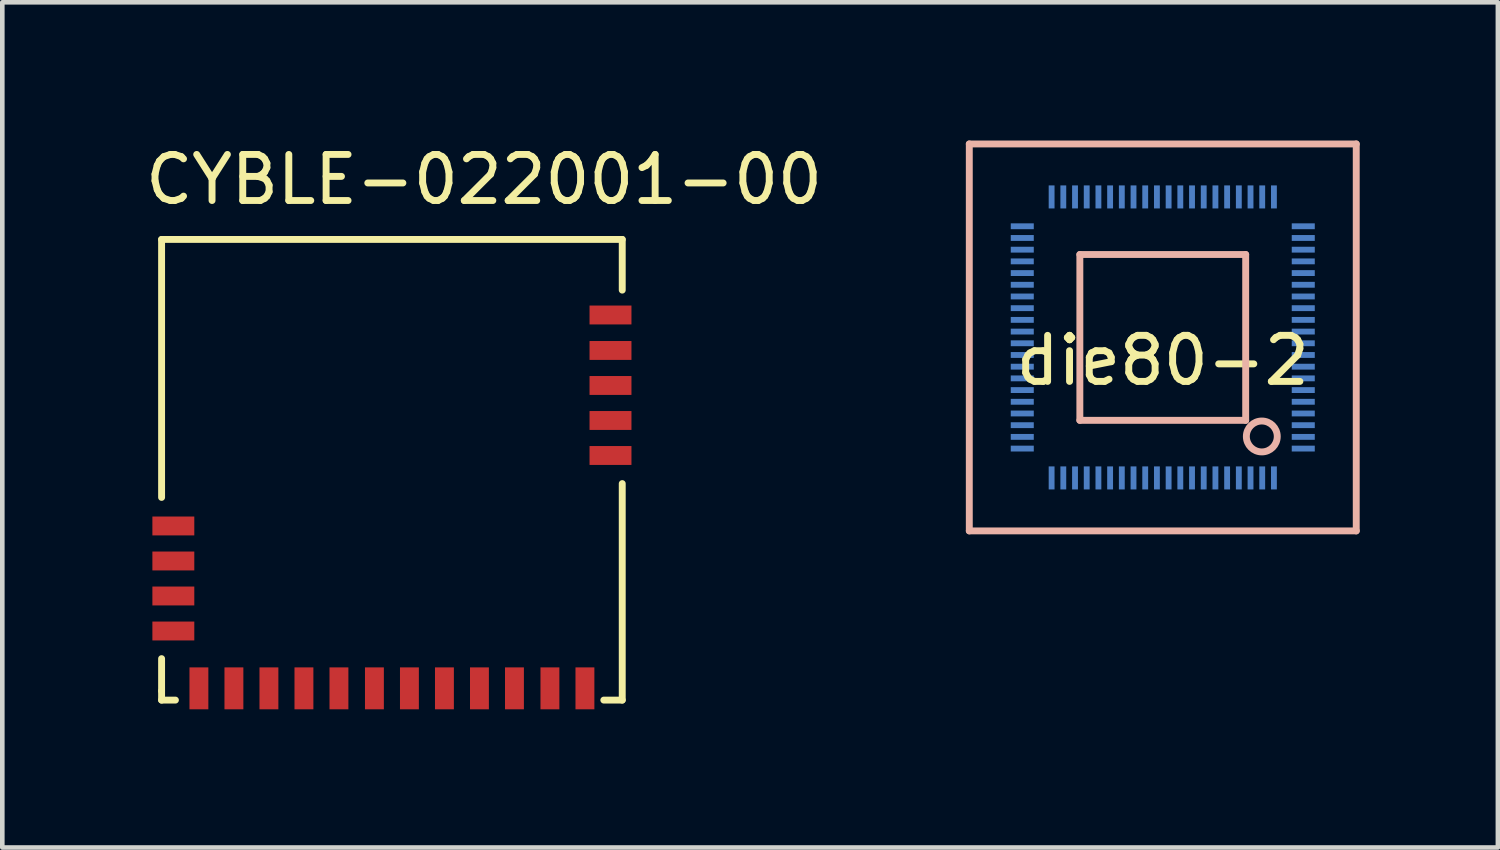
<source format=kicad_pcb>
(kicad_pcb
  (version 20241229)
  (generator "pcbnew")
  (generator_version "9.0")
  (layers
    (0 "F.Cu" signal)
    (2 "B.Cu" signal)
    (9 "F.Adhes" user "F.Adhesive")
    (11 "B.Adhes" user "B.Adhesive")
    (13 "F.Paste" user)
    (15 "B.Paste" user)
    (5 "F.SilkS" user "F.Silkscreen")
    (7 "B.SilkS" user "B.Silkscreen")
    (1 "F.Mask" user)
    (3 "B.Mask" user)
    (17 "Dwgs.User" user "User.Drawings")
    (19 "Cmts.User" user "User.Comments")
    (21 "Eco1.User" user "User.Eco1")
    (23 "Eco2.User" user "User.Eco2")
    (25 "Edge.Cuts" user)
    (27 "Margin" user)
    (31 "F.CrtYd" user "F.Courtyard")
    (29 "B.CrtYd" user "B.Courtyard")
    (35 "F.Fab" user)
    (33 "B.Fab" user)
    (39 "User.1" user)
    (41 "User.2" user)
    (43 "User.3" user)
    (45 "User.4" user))
  (footprint "CYBLE-022001-00"
    (layer "F.Cu")
    (at 10.458 2.148)
    (property "Reference" "CYBLE-022001-00" (at -3 -1.3 0) (layer "F.SilkS") (effects (font (size 1 1) (thickness 0.15))))
    (attr through_hole)
    (fp_line (start -10 0) (end -10 5.6) (stroke (width 0.15) (type solid)) (layer "F.SilkS"))
    (fp_line (start -10 9.1) (end -10 9.8) (stroke (width 0.15) (type solid)) (layer "F.SilkS"))
    (fp_line (start -10 9.8) (end -10 10) (stroke (width 0.15) (type solid)) (layer "F.SilkS"))
    (fp_line (start -10 10) (end -9.7 10) (stroke (width 0.15) (type solid)) (layer "F.SilkS"))
    (fp_line (start 0 0) (end -10 0) (stroke (width 0.15) (type solid)) (layer "F.SilkS"))
    (fp_line (start 0 0) (end 0 1.1) (stroke (width 0.15) (type solid)) (layer "F.SilkS"))
    (fp_line (start 0 5.3) (end 0 10) (stroke (width 0.15) (type solid)) (layer "F.SilkS"))
    (fp_line (start 0 10) (end -0.4 10) (stroke (width 0.15) (type solid)) (layer "F.SilkS"))
    (pad "1" smd rect (at -0.255 1.64) (size 0.91 0.41) (layers "F.Cu" "F.Mask" "F.Paste"))
    (pad "2" smd rect (at -0.255 2.41) (size 0.91 0.41) (layers "F.Cu" "F.Mask" "F.Paste"))
    (pad "3" smd rect (at -0.255 3.17) (size 0.91 0.41) (layers "F.Cu" "F.Mask" "F.Paste"))
    (pad "4" smd rect (at -0.255 3.93) (size 0.91 0.41) (layers "F.Cu" "F.Mask" "F.Paste"))
    (pad "5" smd rect (at -0.255 4.69) (size 0.91 0.41) (layers "F.Cu" "F.Mask" "F.Paste"))
    (pad "6" smd rect (at -0.81 9.745) (size 0.41 0.91) (layers "F.Cu" "F.Mask" "F.Paste"))
    (pad "7" smd rect (at -1.57 9.745) (size 0.41 0.91) (layers "F.Cu" "F.Mask" "F.Paste"))
    (pad "8" smd rect (at -2.34 9.745) (size 0.41 0.91) (layers "F.Cu" "F.Mask" "F.Paste"))
    (pad "9" smd rect (at -3.1 9.745) (size 0.41 0.91) (layers "F.Cu" "F.Mask" "F.Paste"))
    (pad "10" smd rect (at -3.86 9.745) (size 0.41 0.91) (layers "F.Cu" "F.Mask" "F.Paste"))
    (pad "11" smd rect (at -4.62 9.745) (size 0.41 0.91) (layers "F.Cu" "F.Mask" "F.Paste"))
    (pad "12" smd rect (at -5.38 9.745) (size 0.41 0.91) (layers "F.Cu" "F.Mask" "F.Paste"))
    (pad "13" smd rect (at -6.15 9.745) (size 0.41 0.91) (layers "F.Cu" "F.Mask" "F.Paste"))
    (pad "14" smd rect (at -6.91 9.745) (size 0.41 0.91) (layers "F.Cu" "F.Mask" "F.Paste"))
    (pad "15" smd rect (at -7.67 9.745) (size 0.41 0.91) (layers "F.Cu" "F.Mask" "F.Paste"))
    (pad "16" smd rect (at -8.43 9.745) (size 0.41 0.91) (layers "F.Cu" "F.Mask" "F.Paste"))
    (pad "17" smd rect (at -9.19 9.745) (size 0.41 0.91) (layers "F.Cu" "F.Mask" "F.Paste"))
    (pad "18" smd rect (at -9.745 8.5) (size 0.91 0.41) (layers "F.Cu" "F.Mask" "F.Paste"))
    (pad "19" smd rect (at -9.745 7.74) (size 0.91 0.41) (layers "F.Cu" "F.Mask" "F.Paste"))
    (pad "20" smd rect (at -9.745 6.98) (size 0.91 0.41) (layers "F.Cu" "F.Mask" "F.Paste"))
    (pad "21" smd rect (at -9.745 6.22) (size 0.91 0.41) (layers "F.Cu" "F.Mask" "F.Paste")))
  (footprint "die80-2"
    (layer "F.Cu")
    (at 22.192 4.275)
    (property "Reference" "die80-2" (at 0 0.5 0) (layer "F.SilkS") (effects (font (size 1 1) (thickness 0.15))))
    (attr through_hole)
    (fp_line (start -4.2 -4.2) (end -4.2 4.2) (stroke (width 0.15) (type solid)) (layer "B.SilkS"))
    (fp_line (start -4.2 4.2) (end 4.2 4.2) (stroke (width 0.15) (type solid)) (layer "B.SilkS"))
    (fp_line (start -1.8 -1.8) (end -1.8 1.8) (stroke (width 0.15) (type solid)) (layer "B.SilkS"))
    (fp_line (start -1.8 1.8) (end 1.8 1.8) (stroke (width 0.15) (type solid)) (layer "B.SilkS"))
    (fp_line (start 1.8 -1.8) (end -1.8 -1.8) (stroke (width 0.15) (type solid)) (layer "B.SilkS"))
    (fp_line (start 1.8 1.8) (end 1.8 -1.8) (stroke (width 0.15) (type solid)) (layer "B.SilkS"))
    (fp_line (start 4.2 -4.2) (end -4.2 -4.2) (stroke (width 0.15) (type solid)) (layer "B.SilkS"))
    (fp_line (start 4.2 4.2) (end 4.2 -4.2) (stroke (width 0.15) (type solid)) (layer "B.SilkS"))
    (fp_circle (center 2.15 2.15) (end 2.45 2.3) (stroke (width 0.15) (type solid)) (fill no) (layer "B.SilkS"))
    (pad "1" smd rect (at 2.413 3.05 270) (size 0.5 0.127) (layers "B.Cu" "B.Mask" "B.Paste"))
    (pad "2" smd rect (at 2.159 3.05 270) (size 0.5 0.127) (layers "B.Cu" "B.Mask" "B.Paste"))
    (pad "3" smd rect (at 1.905 3.05 270) (size 0.5 0.127) (layers "B.Cu" "B.Mask" "B.Paste"))
    (pad "4" smd rect (at 1.651 3.05 270) (size 0.5 0.127) (layers "B.Cu" "B.Mask" "B.Paste"))
    (pad "5" smd rect (at 1.397 3.05 270) (size 0.5 0.127) (layers "B.Cu" "B.Mask" "B.Paste"))
    (pad "6" smd rect (at 1.143 3.05 270) (size 0.5 0.127) (layers "B.Cu" "B.Mask" "B.Paste"))
    (pad "7" smd rect (at 0.889 3.05 270) (size 0.5 0.127) (layers "B.Cu" "B.Mask" "B.Paste"))
    (pad "8" smd rect (at 0.635 3.05 270) (size 0.5 0.127) (layers "B.Cu" "B.Mask" "B.Paste"))
    (pad "9" smd rect (at 0.381 3.05 270) (size 0.5 0.127) (layers "B.Cu" "B.Mask" "B.Paste"))
    (pad "10" smd rect (at 0.127 3.05 270) (size 0.5 0.127) (layers "B.Cu" "B.Mask" "B.Paste"))
    (pad "11" smd rect (at -0.127 3.05 270) (size 0.5 0.127) (layers "B.Cu" "B.Mask" "B.Paste"))
    (pad "12" smd rect (at -0.381 3.05 270) (size 0.5 0.127) (layers "B.Cu" "B.Mask" "B.Paste"))
    (pad "13" smd rect (at -0.635 3.05 270) (size 0.5 0.127) (layers "B.Cu" "B.Mask" "B.Paste"))
    (pad "14" smd rect (at -0.889 3.05 270) (size 0.5 0.127) (layers "B.Cu" "B.Mask" "B.Paste"))
    (pad "15" smd rect (at -1.143 3.05 270) (size 0.5 0.127) (layers "B.Cu" "B.Mask" "B.Paste"))
    (pad "16" smd rect (at -1.397 3.05 270) (size 0.5 0.127) (layers "B.Cu" "B.Mask" "B.Paste"))
    (pad "17" smd rect (at -1.651 3.05 270) (size 0.5 0.127) (layers "B.Cu" "B.Mask" "B.Paste"))
    (pad "18" smd rect (at -1.905 3.05 270) (size 0.5 0.127) (layers "B.Cu" "B.Mask" "B.Paste"))
    (pad "19" smd rect (at -2.159 3.05 270) (size 0.5 0.127) (layers "B.Cu" "B.Mask" "B.Paste"))
    (pad "20" smd rect (at -2.413 3.05 270) (size 0.5 0.127) (layers "B.Cu" "B.Mask" "B.Paste"))
    (pad "21" smd rect (at -3.05 2.413 180) (size 0.5 0.127) (layers "B.Cu" "B.Mask" "B.Paste"))
    (pad "22" smd rect (at -3.05 2.159 180) (size 0.5 0.127) (layers "B.Cu" "B.Mask" "B.Paste"))
    (pad "23" smd rect (at -3.05 1.905 180) (size 0.5 0.127) (layers "B.Cu" "B.Mask" "B.Paste"))
    (pad "24" smd rect (at -3.05 1.651 180) (size 0.5 0.127) (layers "B.Cu" "B.Mask" "B.Paste"))
    (pad "25" smd rect (at -3.05 1.397 180) (size 0.5 0.127) (layers "B.Cu" "B.Mask" "B.Paste"))
    (pad "26" smd rect (at -3.05 1.143 180) (size 0.5 0.127) (layers "B.Cu" "B.Mask" "B.Paste"))
    (pad "27" smd rect (at -3.05 0.889 180) (size 0.5 0.127) (layers "B.Cu" "B.Mask" "B.Paste"))
    (pad "28" smd rect (at -3.05 0.635 180) (size 0.5 0.127) (layers "B.Cu" "B.Mask" "B.Paste"))
    (pad "29" smd rect (at -3.05 0.381 180) (size 0.5 0.127) (layers "B.Cu" "B.Mask" "B.Paste"))
    (pad "30" smd rect (at -3.05 0.127 180) (size 0.5 0.127) (layers "B.Cu" "B.Mask" "B.Paste"))
    (pad "31" smd rect (at -3.05 -0.127 180) (size 0.5 0.127) (layers "B.Cu" "B.Mask" "B.Paste"))
    (pad "32" smd rect (at -3.05 -0.381 180) (size 0.5 0.127) (layers "B.Cu" "B.Mask" "B.Paste"))
    (pad "33" smd rect (at -3.05 -0.635 180) (size 0.5 0.127) (layers "B.Cu" "B.Mask" "B.Paste"))
    (pad "34" smd rect (at -3.05 -0.889 180) (size 0.5 0.127) (layers "B.Cu" "B.Mask" "B.Paste"))
    (pad "35" smd rect (at -3.05 -1.143 180) (size 0.5 0.127) (layers "B.Cu" "B.Mask" "B.Paste"))
    (pad "36" smd rect (at -3.05 -1.397 180) (size 0.5 0.127) (layers "B.Cu" "B.Mask" "B.Paste"))
    (pad "37" smd rect (at -3.05 -1.651 180) (size 0.5 0.127) (layers "B.Cu" "B.Mask" "B.Paste"))
    (pad "38" smd rect (at -3.05 -1.905 180) (size 0.5 0.127) (layers "B.Cu" "B.Mask" "B.Paste"))
    (pad "39" smd rect (at -3.05 -2.159 180) (size 0.5 0.127) (layers "B.Cu" "B.Mask" "B.Paste"))
    (pad "40" smd rect (at -3.05 -2.413 180) (size 0.5 0.127) (layers "B.Cu" "B.Mask" "B.Paste"))
    (pad "41" smd rect (at -2.413 -3.05 270) (size 0.5 0.127) (layers "B.Cu" "B.Mask" "B.Paste"))
    (pad "42" smd rect (at -2.159 -3.05 270) (size 0.5 0.127) (layers "B.Cu" "B.Mask" "B.Paste"))
    (pad "43" smd rect (at -1.905 -3.05 270) (size 0.5 0.127) (layers "B.Cu" "B.Mask" "B.Paste"))
    (pad "44" smd rect (at -1.651 -3.05 270) (size 0.5 0.127) (layers "B.Cu" "B.Mask" "B.Paste"))
    (pad "45" smd rect (at -1.397 -3.05 270) (size 0.5 0.127) (layers "B.Cu" "B.Mask" "B.Paste"))
    (pad "46" smd rect (at -1.143 -3.05 270) (size 0.5 0.127) (layers "B.Cu" "B.Mask" "B.Paste"))
    (pad "47" smd rect (at -0.889 -3.05 270) (size 0.5 0.127) (layers "B.Cu" "B.Mask" "B.Paste"))
    (pad "48" smd rect (at -0.635 -3.05 270) (size 0.5 0.127) (layers "B.Cu" "B.Mask" "B.Paste"))
    (pad "49" smd rect (at -0.381 -3.05 270) (size 0.5 0.127) (layers "B.Cu" "B.Mask" "B.Paste"))
    (pad "50" smd rect (at -0.127 -3.05 270) (size 0.5 0.127) (layers "B.Cu" "B.Mask" "B.Paste"))
    (pad "51" smd rect (at 0.127 -3.05 270) (size 0.5 0.127) (layers "B.Cu" "B.Mask" "B.Paste"))
    (pad "52" smd rect (at 0.381 -3.05 270) (size 0.5 0.127) (layers "B.Cu" "B.Mask" "B.Paste"))
    (pad "53" smd rect (at 0.635 -3.05 270) (size 0.5 0.127) (layers "B.Cu" "B.Mask" "B.Paste"))
    (pad "54" smd rect (at 0.889 -3.05 270) (size 0.5 0.127) (layers "B.Cu" "B.Mask" "B.Paste"))
    (pad "55" smd rect (at 1.143 -3.05 270) (size 0.5 0.127) (layers "B.Cu" "B.Mask" "B.Paste"))
    (pad "56" smd rect (at 1.397 -3.05 270) (size 0.5 0.127) (layers "B.Cu" "B.Mask" "B.Paste"))
    (pad "57" smd rect (at 1.651 -3.05 270) (size 0.5 0.127) (layers "B.Cu" "B.Mask" "B.Paste"))
    (pad "58" smd rect (at 1.905 -3.05 270) (size 0.5 0.127) (layers "B.Cu" "B.Mask" "B.Paste"))
    (pad "59" smd rect (at 2.159 -3.05 270) (size 0.5 0.127) (layers "B.Cu" "B.Mask" "B.Paste"))
    (pad "60" smd rect (at 2.413 -3.05 270) (size 0.5 0.127) (layers "B.Cu" "B.Mask" "B.Paste"))
    (pad "61" smd rect (at 3.05 -2.413 180) (size 0.5 0.127) (layers "B.Cu" "B.Mask" "B.Paste"))
    (pad "62" smd rect (at 3.05 -2.159 180) (size 0.5 0.127) (layers "B.Cu" "B.Mask" "B.Paste"))
    (pad "63" smd rect (at 3.05 -1.905 180) (size 0.5 0.127) (layers "B.Cu" "B.Mask" "B.Paste"))
    (pad "64" smd rect (at 3.05 -1.651 180) (size 0.5 0.127) (layers "B.Cu" "B.Mask" "B.Paste"))
    (pad "65" smd rect (at 3.05 -1.397 180) (size 0.5 0.127) (layers "B.Cu" "B.Mask" "B.Paste"))
    (pad "66" smd rect (at 3.05 -1.143 180) (size 0.5 0.127) (layers "B.Cu" "B.Mask" "B.Paste"))
    (pad "67" smd rect (at 3.05 -0.889 180) (size 0.5 0.127) (layers "B.Cu" "B.Mask" "B.Paste"))
    (pad "68" smd rect (at 3.05 -0.635 180) (size 0.5 0.127) (layers "B.Cu" "B.Mask" "B.Paste"))
    (pad "69" smd rect (at 3.05 -0.381 180) (size 0.5 0.127) (layers "B.Cu" "B.Mask" "B.Paste"))
    (pad "70" smd rect (at 3.05 -0.127 180) (size 0.5 0.127) (layers "B.Cu" "B.Mask" "B.Paste"))
    (pad "71" smd rect (at 3.05 0.127 180) (size 0.5 0.127) (layers "B.Cu" "B.Mask" "B.Paste"))
    (pad "72" smd rect (at 3.05 0.381 180) (size 0.5 0.127) (layers "B.Cu" "B.Mask" "B.Paste"))
    (pad "73" smd rect (at 3.05 0.635 180) (size 0.5 0.127) (layers "B.Cu" "B.Mask" "B.Paste"))
    (pad "74" smd rect (at 3.05 0.889 180) (size 0.5 0.127) (layers "B.Cu" "B.Mask" "B.Paste"))
    (pad "75" smd rect (at 3.05 1.143 180) (size 0.5 0.127) (layers "B.Cu" "B.Mask" "B.Paste"))
    (pad "76" smd rect (at 3.05 1.397 180) (size 0.5 0.127) (layers "B.Cu" "B.Mask" "B.Paste"))
    (pad "77" smd rect (at 3.05 1.651 180) (size 0.5 0.127) (layers "B.Cu" "B.Mask" "B.Paste"))
    (pad "78" smd rect (at 3.05 1.905 180) (size 0.5 0.127) (layers "B.Cu" "B.Mask" "B.Paste"))
    (pad "79" smd rect (at 3.05 2.159 180) (size 0.5 0.127) (layers "B.Cu" "B.Mask" "B.Paste"))
    (pad "80" smd rect (at 3.05 2.413 180) (size 0.5 0.127) (layers "B.Cu" "B.Mask" "B.Paste")))
  (gr_rect
    (start -3 -3)
    (end 29.467 15.348)
    (stroke (width 0.1) (type default))
    (fill no)
    (layer "Edge.Cuts")))
</source>
